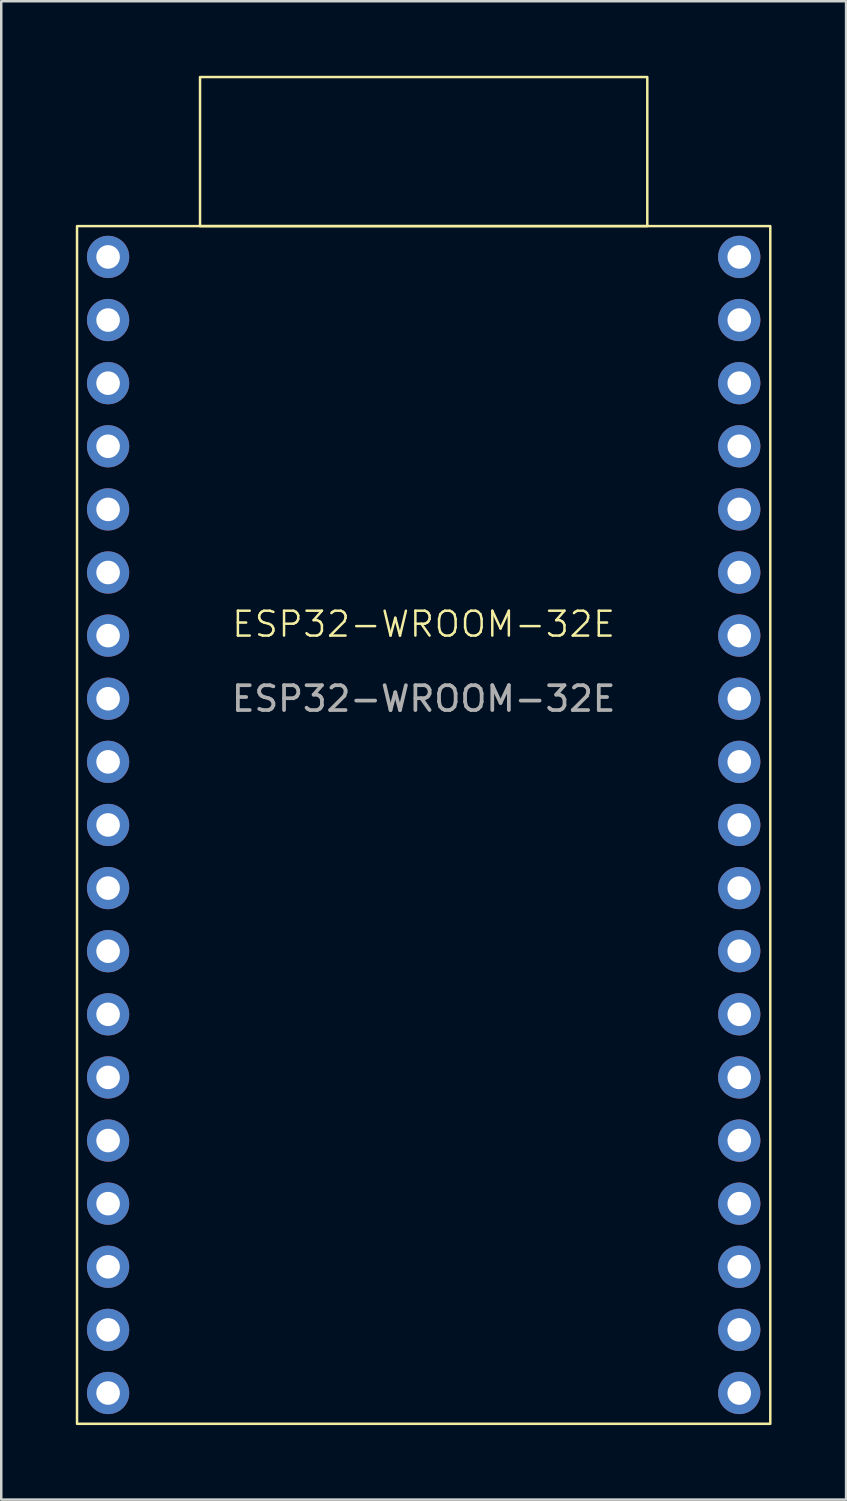
<source format=kicad_pcb>
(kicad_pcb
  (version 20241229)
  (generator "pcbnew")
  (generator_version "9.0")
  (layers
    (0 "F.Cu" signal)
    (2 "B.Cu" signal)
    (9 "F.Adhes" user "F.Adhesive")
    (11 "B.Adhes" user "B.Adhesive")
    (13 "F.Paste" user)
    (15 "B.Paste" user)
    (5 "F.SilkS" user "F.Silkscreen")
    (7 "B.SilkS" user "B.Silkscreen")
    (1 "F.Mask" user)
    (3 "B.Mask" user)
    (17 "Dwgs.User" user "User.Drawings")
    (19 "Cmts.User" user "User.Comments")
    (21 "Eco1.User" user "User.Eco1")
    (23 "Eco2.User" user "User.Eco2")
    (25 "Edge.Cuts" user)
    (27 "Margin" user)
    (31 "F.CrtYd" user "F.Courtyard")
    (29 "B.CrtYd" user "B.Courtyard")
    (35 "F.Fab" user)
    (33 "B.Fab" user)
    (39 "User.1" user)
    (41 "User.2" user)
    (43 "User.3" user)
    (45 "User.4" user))
  (footprint "ESP32-WROOM-32E"
    (layer "F.Cu")
    (at 14 30.15)
    (property "Reference" "ESP32-WROOM-32E" (at 0 -8.08 0) (unlocked yes) (layer "F.SilkS") (effects (font (size 1 1) (thickness 0.1))))
    (attr through_hole)
    (fp_rect (start -13.95 -24.1) (end 13.95 24.1) (stroke (width 0.1) (type default)) (fill no) (layer "F.SilkS"))
    (fp_rect (start -9 -30.1) (end 9 -24.1) (stroke (width 0.1) (type default)) (fill no) (layer "F.SilkS"))
    (fp_text user "${REFERENCE}" (at 0 -5.08 0) (unlocked yes) (layer "F.Fab") (effects (font (size 1 1) (thickness 0.15))))
    (pad "1" thru_hole circle (at -12.7 -22.86) (size 1.7 1.7) (drill 0.95) (layers "*.Cu" "*.Mask"))
    (pad "2" thru_hole circle (at -12.7 -20.32) (size 1.7 1.7) (drill 0.95) (layers "*.Cu" "*.Mask"))
    (pad "3" thru_hole circle (at -12.7 -17.78) (size 1.7 1.7) (drill 0.95) (layers "*.Cu" "*.Mask"))
    (pad "4" thru_hole circle (at -12.7 -15.24) (size 1.7 1.7) (drill 0.95) (layers "*.Cu" "*.Mask"))
    (pad "5" thru_hole circle (at -12.7 -12.7) (size 1.7 1.7) (drill 0.95) (layers "*.Cu" "*.Mask"))
    (pad "6" thru_hole circle (at -12.7 -10.16) (size 1.7 1.7) (drill 0.95) (layers "*.Cu" "*.Mask"))
    (pad "7" thru_hole circle (at -12.7 -7.62) (size 1.7 1.7) (drill 0.95) (layers "*.Cu" "*.Mask"))
    (pad "8" thru_hole circle (at -12.7 -5.08) (size 1.7 1.7) (drill 0.95) (layers "*.Cu" "*.Mask"))
    (pad "9" thru_hole circle (at -12.7 -2.54) (size 1.7 1.7) (drill 0.95) (layers "*.Cu" "*.Mask"))
    (pad "10" thru_hole circle (at -12.7 0) (size 1.7 1.7) (drill 0.95) (layers "*.Cu" "*.Mask"))
    (pad "11" thru_hole circle (at -12.7 2.54) (size 1.7 1.7) (drill 0.95) (layers "*.Cu" "*.Mask"))
    (pad "12" thru_hole circle (at -12.7 5.08) (size 1.7 1.7) (drill 0.95) (layers "*.Cu" "*.Mask"))
    (pad "13" thru_hole circle (at -12.7 7.62) (size 1.7 1.7) (drill 0.95) (layers "*.Cu" "*.Mask"))
    (pad "14" thru_hole circle (at -12.7 10.16) (size 1.7 1.7) (drill 0.95) (layers "*.Cu" "*.Mask"))
    (pad "15" thru_hole circle (at -12.7 12.7) (size 1.7 1.7) (drill 0.95) (layers "*.Cu" "*.Mask"))
    (pad "16" thru_hole circle (at -12.7 15.24) (size 1.7 1.7) (drill 0.95) (layers "*.Cu" "*.Mask"))
    (pad "17" thru_hole circle (at -12.7 17.78) (size 1.7 1.7) (drill 0.95) (layers "*.Cu" "*.Mask"))
    (pad "18" thru_hole circle (at -12.7 20.32 180) (size 1.7 1.7) (drill 0.95) (layers "*.Cu" "*.Mask"))
    (pad "19" thru_hole circle (at -12.7 22.86) (size 1.7 1.7) (drill 0.95) (layers "*.Cu" "*.Mask"))
    (pad "20" thru_hole circle (at 12.7 22.86) (size 1.7 1.7) (drill 0.95) (layers "*.Cu" "*.Mask"))
    (pad "21" thru_hole circle (at 12.7 20.32 180) (size 1.7 1.7) (drill 0.95) (layers "*.Cu" "*.Mask"))
    (pad "22" thru_hole circle (at 12.7 17.78) (size 1.7 1.7) (drill 0.95) (layers "*.Cu" "*.Mask"))
    (pad "23" thru_hole circle (at 12.7 15.24) (size 1.7 1.7) (drill 0.95) (layers "*.Cu" "*.Mask"))
    (pad "24" thru_hole circle (at 12.7 12.7) (size 1.7 1.7) (drill 0.95) (layers "*.Cu" "*.Mask"))
    (pad "25" thru_hole circle (at 12.7 10.16) (size 1.7 1.7) (drill 0.95) (layers "*.Cu" "*.Mask"))
    (pad "26" thru_hole circle (at 12.7 7.62) (size 1.7 1.7) (drill 0.95) (layers "*.Cu" "*.Mask"))
    (pad "27" thru_hole circle (at 12.7 5.08) (size 1.7 1.7) (drill 0.95) (layers "*.Cu" "*.Mask"))
    (pad "28" thru_hole circle (at 12.7 2.54) (size 1.7 1.7) (drill 0.95) (layers "*.Cu" "*.Mask"))
    (pad "29" thru_hole circle (at 12.7 0) (size 1.7 1.7) (drill 0.95) (layers "*.Cu" "*.Mask"))
    (pad "30" thru_hole circle (at 12.7 -2.54) (size 1.7 1.7) (drill 0.95) (layers "*.Cu" "*.Mask"))
    (pad "31" thru_hole circle (at 12.7 -5.08) (size 1.7 1.7) (drill 0.95) (layers "*.Cu" "*.Mask"))
    (pad "32" thru_hole circle (at 12.7 -7.62) (size 1.7 1.7) (drill 0.95) (layers "*.Cu" "*.Mask"))
    (pad "33" thru_hole circle (at 12.7 -10.16) (size 1.7 1.7) (drill 0.95) (layers "*.Cu" "*.Mask"))
    (pad "34" thru_hole circle (at 12.7 -12.7) (size 1.7 1.7) (drill 0.95) (layers "*.Cu" "*.Mask"))
    (pad "35" thru_hole circle (at 12.7 -15.24) (size 1.7 1.7) (drill 0.95) (layers "*.Cu" "*.Mask"))
    (pad "36" thru_hole circle (at 12.7 -17.78) (size 1.7 1.7) (drill 0.95) (layers "*.Cu" "*.Mask"))
    (pad "37" thru_hole circle (at 12.7 -20.32) (size 1.7 1.7) (drill 0.95) (layers "*.Cu" "*.Mask"))
    (pad "38" thru_hole circle (at 12.7 -22.86) (size 1.7 1.7) (drill 0.95) (layers "*.Cu" "*.Mask")))
  (gr_rect
    (start -3 -3)
    (end 31 57.3)
    (stroke (width 0.1) (type default))
    (fill no)
    (layer "Edge.Cuts")))
</source>
